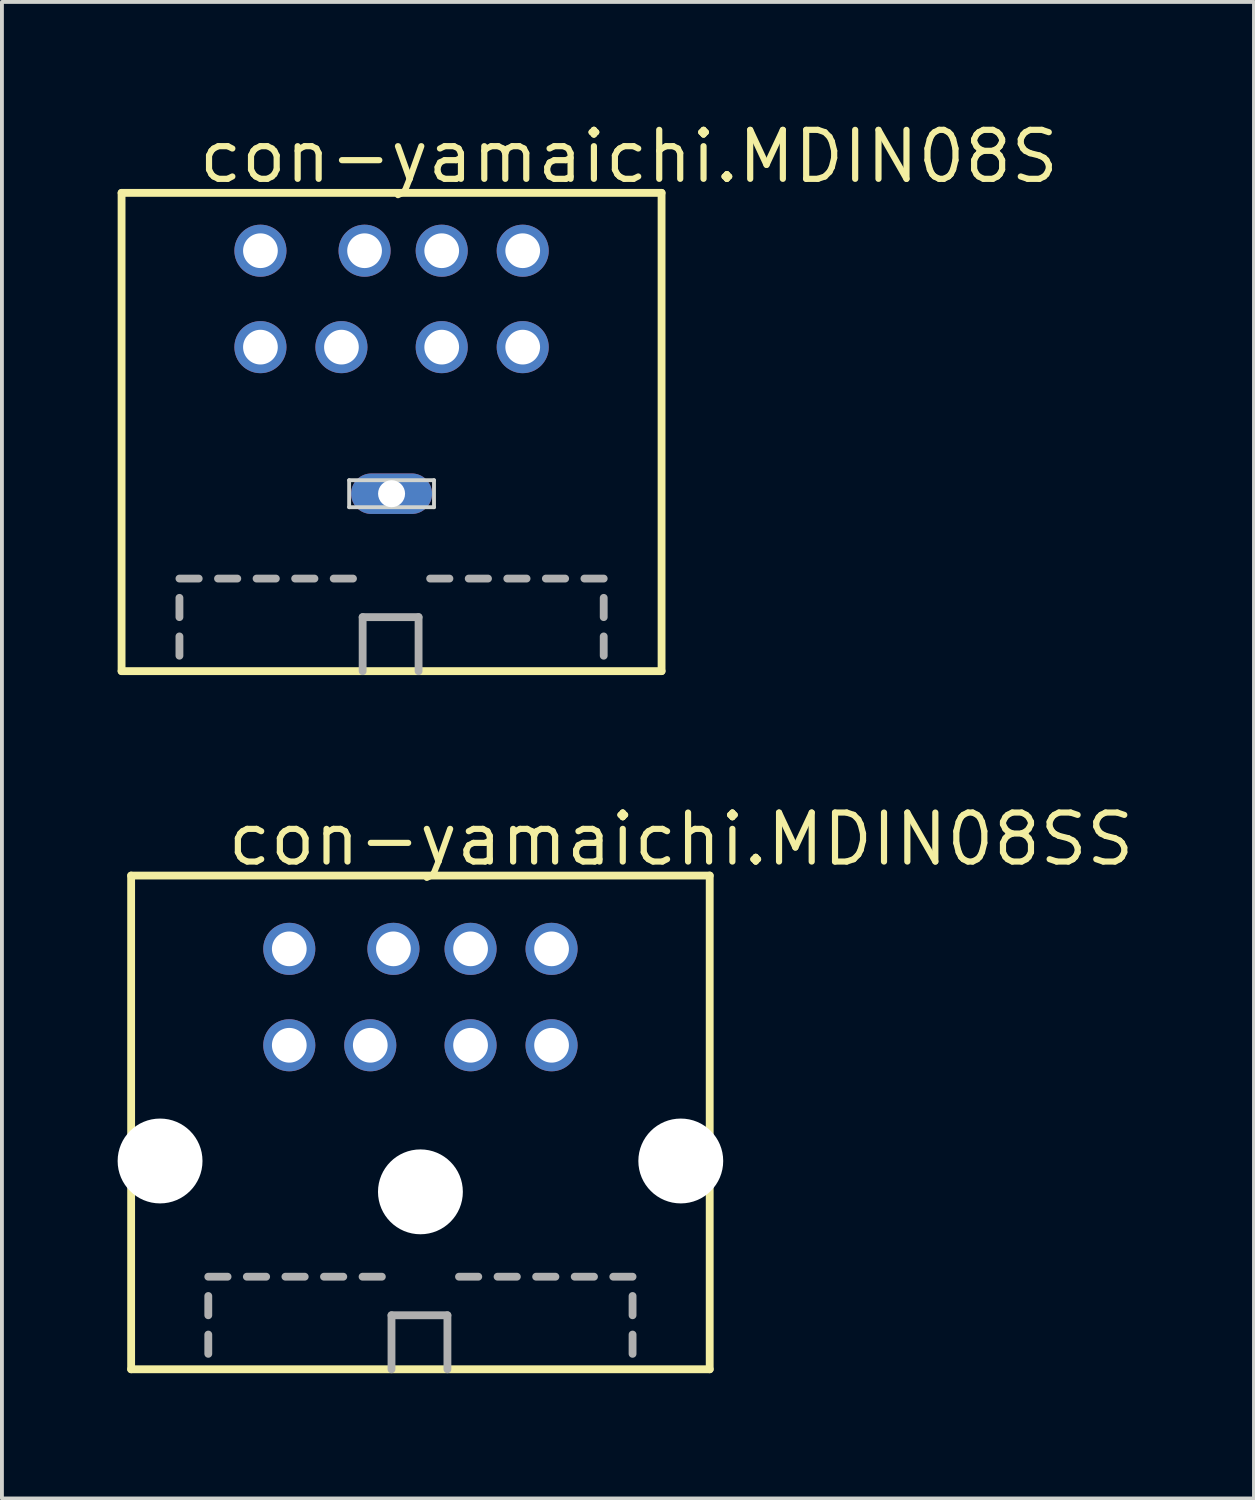
<source format=kicad_pcb>
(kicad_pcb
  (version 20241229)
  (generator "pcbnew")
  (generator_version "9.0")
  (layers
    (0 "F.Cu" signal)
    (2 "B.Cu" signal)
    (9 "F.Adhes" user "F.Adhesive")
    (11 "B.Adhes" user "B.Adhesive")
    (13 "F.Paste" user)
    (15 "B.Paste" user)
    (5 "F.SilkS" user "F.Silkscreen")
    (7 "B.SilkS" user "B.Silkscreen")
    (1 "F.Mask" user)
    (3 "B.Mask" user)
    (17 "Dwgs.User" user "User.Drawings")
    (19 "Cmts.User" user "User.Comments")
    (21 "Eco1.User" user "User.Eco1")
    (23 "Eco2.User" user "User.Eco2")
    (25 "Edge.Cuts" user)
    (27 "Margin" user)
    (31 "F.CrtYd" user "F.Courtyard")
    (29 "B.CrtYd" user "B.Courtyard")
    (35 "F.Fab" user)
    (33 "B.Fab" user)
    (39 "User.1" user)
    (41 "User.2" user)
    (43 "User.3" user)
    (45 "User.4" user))
  (footprint "con-yamaichi.MDIN08S"
    (layer "F.Cu")
    (at 7.102 14.45)
    (property "Reference" "con-yamaichi.MDIN08S" (at -5.08 -12.7 0) (layer "F.SilkS") (effects (font (size 1.27 1.27) (thickness 0.16)) (justify left bottom)))
    (attr through_hole)
    (fp_line (start -7 -12.5) (end -7 -0.1) (stroke (width 0.203) (type default)) (layer "F.SilkS"))
    (fp_line (start -7 -0.1) (end 7 -0.1) (stroke (width 0.203) (type default)) (layer "F.SilkS"))
    (fp_line (start 7 -12.5) (end -7 -12.5) (stroke (width 0.203) (type default)) (layer "F.SilkS"))
    (fp_line (start 7 -0.1) (end 7 -12.5) (stroke (width 0.203) (type default)) (layer "F.SilkS"))
    (fp_line (start -1.1 -4.35) (end -1.1 -5.05) (stroke (width 0.1) (type default)) (layer "Edge.Cuts"))
    (fp_line (start 1.1 -5.05) (end -1.1 -5.05) (stroke (width 0.1) (type default)) (layer "Edge.Cuts"))
    (fp_line (start 1.1 -4.35) (end -1.1 -4.35) (stroke (width 0.1) (type default)) (layer "Edge.Cuts"))
    (fp_line (start 1.1 -4.35) (end 1.1 -5.05) (stroke (width 0.1) (type default)) (layer "Edge.Cuts"))
    (fp_line (start -5.5 -2.5) (end -5 -2.5) (stroke (width 0.203) (type default)) (layer "F.Fab"))
    (fp_line (start -5.5 -1.5) (end -5.5 -2) (stroke (width 0.203) (type default)) (layer "F.Fab"))
    (fp_line (start -5.5 -0.5) (end -5.5 -1) (stroke (width 0.203) (type default)) (layer "F.Fab"))
    (fp_line (start -4.5 -2.5) (end -4 -2.5) (stroke (width 0.203) (type default)) (layer "F.Fab"))
    (fp_line (start -3.5 -2.5) (end -3 -2.5) (stroke (width 0.203) (type default)) (layer "F.Fab"))
    (fp_line (start -2.5 -2.5) (end -2 -2.5) (stroke (width 0.203) (type default)) (layer "F.Fab"))
    (fp_line (start -1.5 -2.5) (end -1 -2.5) (stroke (width 0.203) (type default)) (layer "F.Fab"))
    (fp_line (start -0.75 -1.5) (end 0.7 -1.5) (stroke (width 0.203) (type default)) (layer "F.Fab"))
    (fp_line (start -0.75 -0.1) (end -0.75 -1.5) (stroke (width 0.203) (type default)) (layer "F.Fab"))
    (fp_line (start 0.7 -1.5) (end 0.7 -0.1) (stroke (width 0.203) (type default)) (layer "F.Fab"))
    (fp_line (start 1 -2.5) (end 1.5 -2.5) (stroke (width 0.203) (type default)) (layer "F.Fab"))
    (fp_line (start 2 -2.5) (end 2.5 -2.5) (stroke (width 0.203) (type default)) (layer "F.Fab"))
    (fp_line (start 3 -2.5) (end 3.5 -2.5) (stroke (width 0.203) (type default)) (layer "F.Fab"))
    (fp_line (start 4 -2.5) (end 4.5 -2.5) (stroke (width 0.203) (type default)) (layer "F.Fab"))
    (fp_line (start 5 -2.5) (end 5.5 -2.5) (stroke (width 0.203) (type default)) (layer "F.Fab"))
    (fp_line (start 5.5 -1.5) (end 5.5 -2) (stroke (width 0.203) (type default)) (layer "F.Fab"))
    (fp_line (start 5.5 -0.5) (end 5.5 -1) (stroke (width 0.203) (type default)) (layer "F.Fab"))
    (pad "1" thru_hole circle (at 1.3 -8.5) (size 1.35 1.35) (drill 0.9) (layers "*.Cu" "*.Mask"))
    (pad "2" thru_hole circle (at -1.3 -8.5) (size 1.35 1.35) (drill 0.9) (layers "*.Cu" "*.Mask"))
    (pad "3" thru_hole circle (at 3.4 -8.5) (size 1.35 1.35) (drill 0.9) (layers "*.Cu" "*.Mask"))
    (pad "4" thru_hole circle (at 1.3 -11) (size 1.35 1.35) (drill 0.9) (layers "*.Cu" "*.Mask"))
    (pad "5" thru_hole circle (at -3.4 -8.5) (size 1.35 1.35) (drill 0.9) (layers "*.Cu" "*.Mask"))
    (pad "6" thru_hole circle (at 3.4 -11) (size 1.35 1.35) (drill 0.9) (layers "*.Cu" "*.Mask"))
    (pad "7" thru_hole circle (at -0.7 -11) (size 1.35 1.35) (drill 0.9) (layers "*.Cu" "*.Mask"))
    (pad "8" thru_hole circle (at -3.4 -11) (size 1.35 1.35) (drill 0.9) (layers "*.Cu" "*.Mask"))
    (pad "M" thru_hole oval (at 0 -4.7) (size 2.1 1.05) (drill 0.7) (layers "*.Cu" "*.Mask")))
  (footprint "con-yamaichi.MDIN08SS"
    (layer "F.Cu")
    (at 7.85 32.55)
    (property "Reference" "con-yamaichi.MDIN08SS" (at -5.08 -13.1 0) (layer "F.SilkS") (effects (font (size 1.27 1.27) (thickness 0.16)) (justify left bottom)))
    (attr through_hole)
    (fp_line (start -7.5 -12.9) (end -7.5 -0.1) (stroke (width 0.203) (type default)) (layer "F.SilkS"))
    (fp_line (start -7.5 -0.1) (end 7.5 -0.1) (stroke (width 0.203) (type default)) (layer "F.SilkS"))
    (fp_line (start 7.5 -12.9) (end -7.5 -12.9) (stroke (width 0.203) (type default)) (layer "F.SilkS"))
    (fp_line (start 7.5 -0.1) (end 7.5 -12.9) (stroke (width 0.203) (type default)) (layer "F.SilkS"))
    (fp_line (start -5.5 -2.5) (end -5 -2.5) (stroke (width 0.203) (type default)) (layer "F.Fab"))
    (fp_line (start -5.5 -1.5) (end -5.5 -2) (stroke (width 0.203) (type default)) (layer "F.Fab"))
    (fp_line (start -5.5 -0.5) (end -5.5 -1) (stroke (width 0.203) (type default)) (layer "F.Fab"))
    (fp_line (start -4.5 -2.5) (end -4 -2.5) (stroke (width 0.203) (type default)) (layer "F.Fab"))
    (fp_line (start -3.5 -2.5) (end -3 -2.5) (stroke (width 0.203) (type default)) (layer "F.Fab"))
    (fp_line (start -2.5 -2.5) (end -2 -2.5) (stroke (width 0.203) (type default)) (layer "F.Fab"))
    (fp_line (start -1.5 -2.5) (end -1 -2.5) (stroke (width 0.203) (type default)) (layer "F.Fab"))
    (fp_line (start -0.75 -1.5) (end 0.7 -1.5) (stroke (width 0.203) (type default)) (layer "F.Fab"))
    (fp_line (start -0.75 -0.1) (end -0.75 -1.5) (stroke (width 0.203) (type default)) (layer "F.Fab"))
    (fp_line (start 0.7 -1.5) (end 0.7 -0.1) (stroke (width 0.203) (type default)) (layer "F.Fab"))
    (fp_line (start 1 -2.5) (end 1.5 -2.5) (stroke (width 0.203) (type default)) (layer "F.Fab"))
    (fp_line (start 2 -2.5) (end 2.5 -2.5) (stroke (width 0.203) (type default)) (layer "F.Fab"))
    (fp_line (start 3 -2.5) (end 3.5 -2.5) (stroke (width 0.203) (type default)) (layer "F.Fab"))
    (fp_line (start 4 -2.5) (end 4.5 -2.5) (stroke (width 0.203) (type default)) (layer "F.Fab"))
    (fp_line (start 5 -2.5) (end 5.5 -2.5) (stroke (width 0.203) (type default)) (layer "F.Fab"))
    (fp_line (start 5.5 -1.5) (end 5.5 -2) (stroke (width 0.203) (type default)) (layer "F.Fab"))
    (fp_line (start 5.5 -0.5) (end 5.5 -1) (stroke (width 0.203) (type default)) (layer "F.Fab"))
    (pad "" np_thru_hole circle (at -6.75 -5.5) (size 2.2 2.2) (drill 2.2) (layers "*.Cu" "*.Mask"))
    (pad "" np_thru_hole circle (at 0 -4.7) (size 2.2 2.2) (drill 2.2) (layers "*.Cu" "*.Mask"))
    (pad "" np_thru_hole circle (at 6.75 -5.5) (size 2.2 2.2) (drill 2.2) (layers "*.Cu" "*.Mask"))
    (pad "1" thru_hole circle (at 1.3 -8.5) (size 1.35 1.35) (drill 0.9) (layers "*.Cu" "*.Mask"))
    (pad "2" thru_hole circle (at -1.3 -8.5) (size 1.35 1.35) (drill 0.9) (layers "*.Cu" "*.Mask"))
    (pad "3" thru_hole circle (at 3.4 -8.5) (size 1.35 1.35) (drill 0.9) (layers "*.Cu" "*.Mask"))
    (pad "4" thru_hole circle (at 1.3 -11) (size 1.35 1.35) (drill 0.9) (layers "*.Cu" "*.Mask"))
    (pad "5" thru_hole circle (at -3.4 -8.5) (size 1.35 1.35) (drill 0.9) (layers "*.Cu" "*.Mask"))
    (pad "6" thru_hole circle (at 3.4 -11) (size 1.35 1.35) (drill 0.9) (layers "*.Cu" "*.Mask"))
    (pad "7" thru_hole circle (at -0.7 -11) (size 1.35 1.35) (drill 0.9) (layers "*.Cu" "*.Mask"))
    (pad "8" thru_hole circle (at -3.4 -11) (size 1.35 1.35) (drill 0.9) (layers "*.Cu" "*.Mask")))
  (gr_rect
    (start -3 -3)
    (end 29.461 35.8)
    (stroke (width 0.1) (type default))
    (fill no)
    (layer "Edge.Cuts")))
</source>
